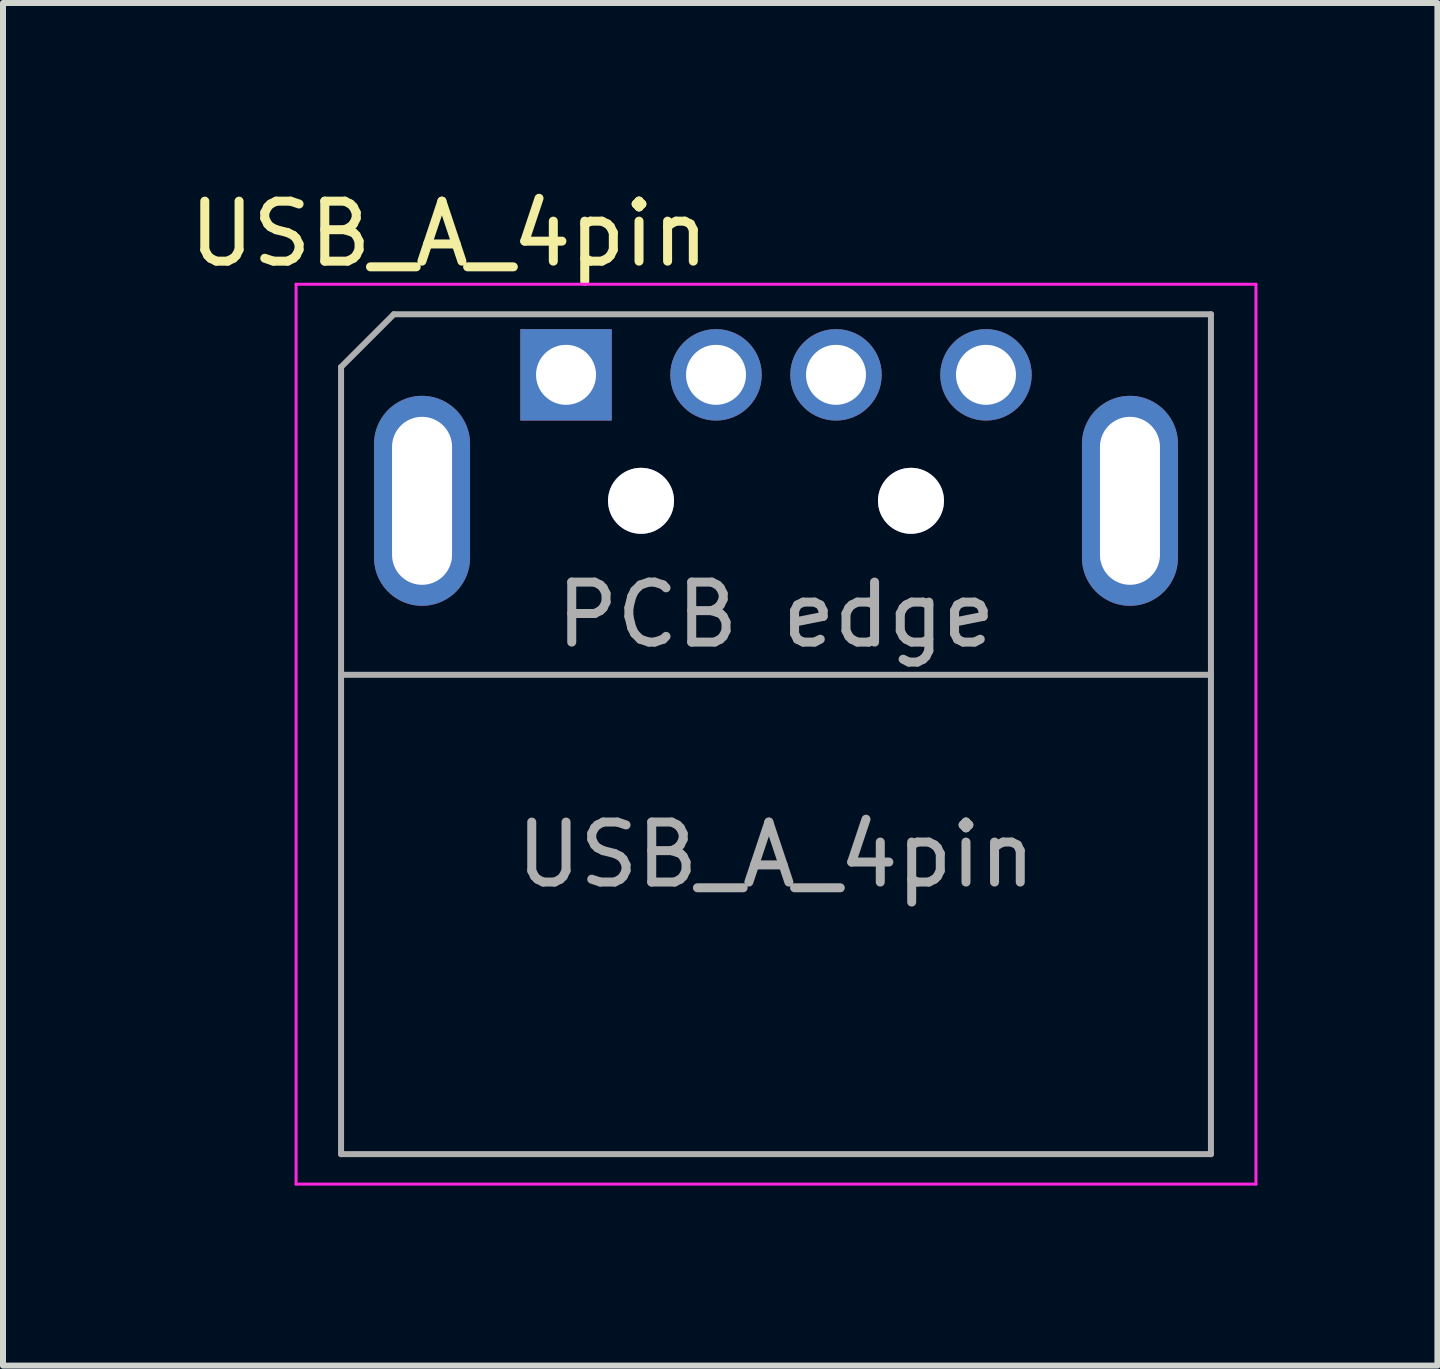
<source format=kicad_pcb>
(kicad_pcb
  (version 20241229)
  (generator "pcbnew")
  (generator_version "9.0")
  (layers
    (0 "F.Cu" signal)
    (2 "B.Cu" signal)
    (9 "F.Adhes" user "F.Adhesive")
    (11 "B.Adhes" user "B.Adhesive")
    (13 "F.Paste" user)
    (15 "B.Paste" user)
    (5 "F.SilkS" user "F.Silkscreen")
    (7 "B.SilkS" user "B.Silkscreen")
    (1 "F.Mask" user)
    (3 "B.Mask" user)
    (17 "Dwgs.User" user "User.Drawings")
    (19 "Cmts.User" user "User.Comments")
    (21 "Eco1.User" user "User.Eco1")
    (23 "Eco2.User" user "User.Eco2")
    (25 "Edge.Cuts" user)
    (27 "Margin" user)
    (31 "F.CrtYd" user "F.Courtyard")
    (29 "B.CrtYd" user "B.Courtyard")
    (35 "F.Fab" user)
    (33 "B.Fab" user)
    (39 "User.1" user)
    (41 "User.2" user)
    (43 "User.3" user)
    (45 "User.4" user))
  (footprint "USB_A_4pin"
    (layer "F.Cu")
    (at 6.385 3.198)
    (property "Reference" "USB_A_4pin" (at -1.95 -2.35 0) (layer "F.SilkS") (effects (font (size 1 1) (thickness 0.15))))
    (attr through_hole)
    (fp_line (start -4.5 -1.51) (end -4.5 13.49) (stroke (width 0.05) (type solid)) (layer "F.CrtYd"))
    (fp_line (start -4.5 -1.51) (end 11.5 -1.51) (stroke (width 0.05) (type solid)) (layer "F.CrtYd"))
    (fp_line (start 11.5 -1.51) (end 11.5 13.49) (stroke (width 0.05) (type solid)) (layer "F.CrtYd"))
    (fp_line (start 11.5 13.49) (end -4.5 13.49) (stroke (width 0.05) (type solid)) (layer "F.CrtYd"))
    (fp_line (start -3.75 -0.13) (end -3.75 12.99) (stroke (width 0.1) (type solid)) (layer "F.Fab"))
    (fp_line (start -3.75 5) (end 10.75 5) (stroke (width 0.1) (type solid)) (layer "F.Fab"))
    (fp_line (start -3.75 12.99) (end 10.75 12.99) (stroke (width 0.1) (type solid)) (layer "F.Fab"))
    (fp_line (start -2.87 -1.01) (end -3.75 -0.13) (stroke (width 0.1) (type solid)) (layer "F.Fab"))
    (fp_line (start -2.87 -1.01) (end 10.75 -1.01) (stroke (width 0.1) (type solid)) (layer "F.Fab"))
    (fp_line (start 10.75 -1.01) (end 10.75 12.99) (stroke (width 0.1) (type solid)) (layer "F.Fab"))
    (fp_text user "PCB edge" (at 3.5 4 0) (layer "F.Fab") (effects (font (size 1 1) (thickness 0.15))))
    (fp_text user "${REFERENCE}" (at 3.5 8 0) (layer "F.Fab") (effects (font (size 1 1) (thickness 0.15))))
    (pad "" thru_hole circle (at 1.25 2.1) (size 1.1 1.1) (drill 1.1) (layers "*.Cu" "*.Mask"))
    (pad "" thru_hole circle (at 5.75 2.1) (size 1.1 1.1) (drill 1.1) (layers "*.Cu" "*.Mask"))
    (pad "1" thru_hole rect (at 0 0) (size 1.524 1.524) (drill 1) (layers "*.Cu" "*.Mask"))
    (pad "2" thru_hole circle (at 2.5 0) (size 1.524 1.524) (drill 1) (layers "*.Cu" "*.Mask"))
    (pad "3" thru_hole circle (at 4.5 0) (size 1.524 1.524) (drill 1) (layers "*.Cu" "*.Mask"))
    (pad "4" thru_hole circle (at 7 0) (size 1.524 1.524) (drill 1) (layers "*.Cu" "*.Mask"))
    (pad "5" thru_hole oval (at -2.4 2.1) (size 1.6 3.5) (drill oval 1 2.8) (layers "*.Cu" "*.Mask"))
    (pad "5" thru_hole oval (at 9.4 2.1) (size 1.6 3.5) (drill oval 1 2.8) (layers "*.Cu" "*.Mask")))
  (gr_rect
    (start -3 -3)
    (end 20.91 19.713)
    (stroke (width 0.1) (type default))
    (fill no)
    (layer "Edge.Cuts")))
</source>
